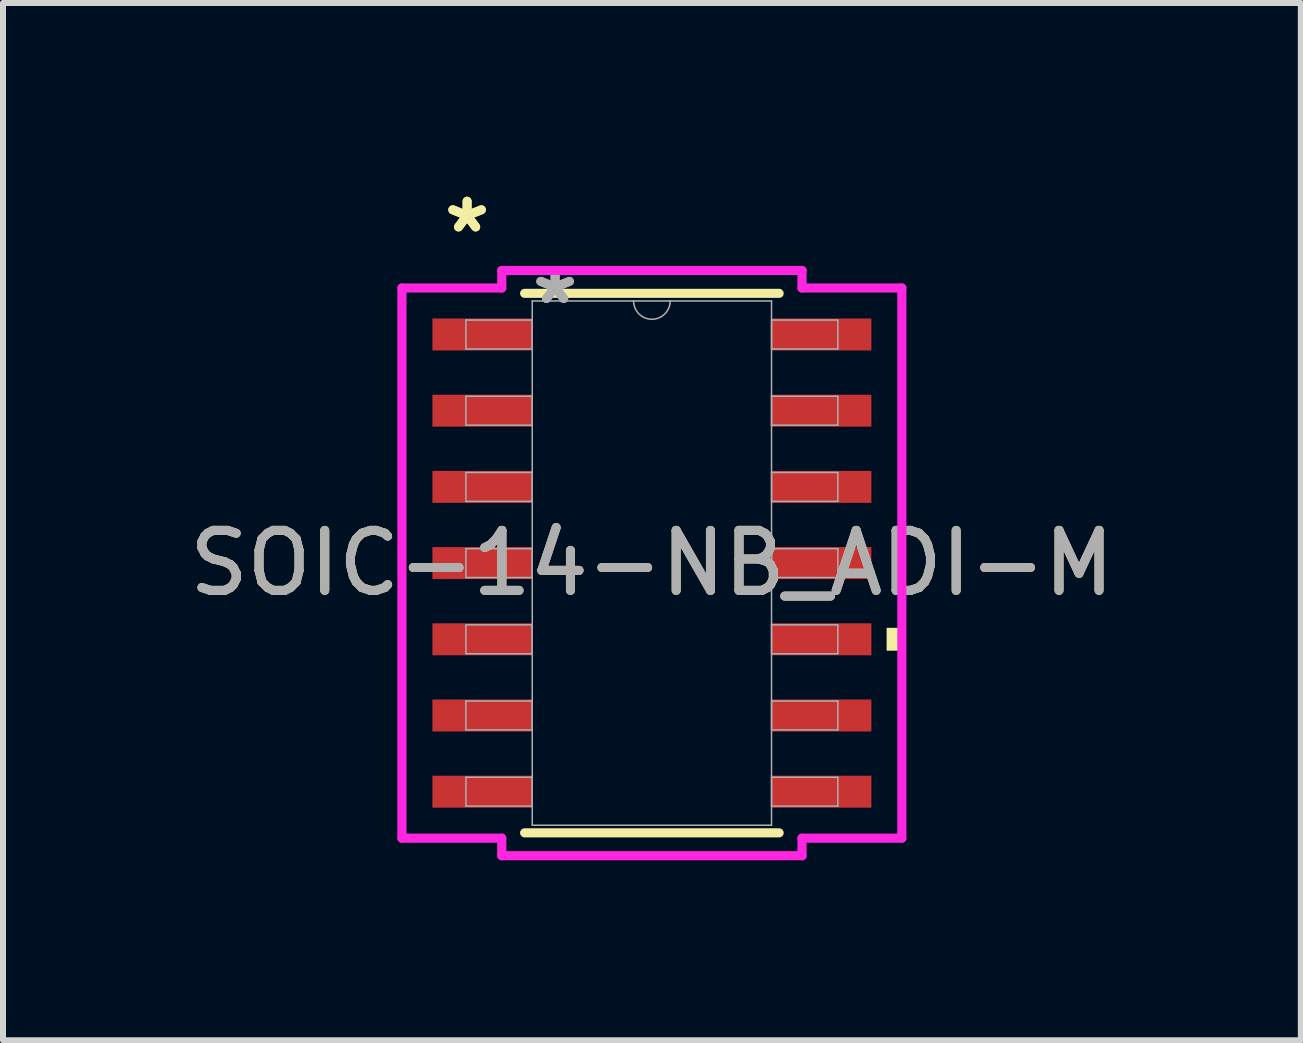
<source format=kicad_pcb>
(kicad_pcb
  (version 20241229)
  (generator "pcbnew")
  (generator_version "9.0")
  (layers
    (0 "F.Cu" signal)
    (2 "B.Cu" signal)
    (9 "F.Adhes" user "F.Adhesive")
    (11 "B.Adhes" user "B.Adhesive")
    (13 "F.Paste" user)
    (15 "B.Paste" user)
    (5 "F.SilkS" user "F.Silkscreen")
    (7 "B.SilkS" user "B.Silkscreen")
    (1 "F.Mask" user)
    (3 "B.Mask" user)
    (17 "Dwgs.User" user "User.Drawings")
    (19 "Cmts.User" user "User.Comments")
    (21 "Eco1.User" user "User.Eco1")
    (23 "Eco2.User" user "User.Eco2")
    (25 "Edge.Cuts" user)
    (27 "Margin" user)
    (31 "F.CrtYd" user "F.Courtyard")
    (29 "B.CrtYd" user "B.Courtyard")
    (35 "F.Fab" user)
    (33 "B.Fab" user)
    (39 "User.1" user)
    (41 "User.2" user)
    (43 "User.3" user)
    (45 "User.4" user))
  (footprint "SOIC-14-NB_ADI-M"
    (layer "F.Cu")
    (at 7.815 6.335)
    (property "Reference" "SOIC-14-NB_ADI-M" (at 0 0 0) (unlocked yes) (layer "F.SilkS") (effects (font (size 1 1) (thickness 0.15))))
    (attr smd)
    (fp_line (start -2.121 4.496) (end 2.121 4.496) (stroke (width 0.152) (type solid)) (layer "F.SilkS"))
    (fp_line (start 2.121 -4.496) (end -2.121 -4.496) (stroke (width 0.152) (type solid)) (layer "F.SilkS"))
    (fp_poly (pts (xy 4.166 1.079) (xy 4.166 1.46) (xy 3.912 1.46) (xy 3.912 1.079)) (stroke (width 0) (type solid)) (fill yes) (layer "F.SilkS"))
    (fp_line (start -4.166 -4.585) (end -2.502 -4.585) (stroke (width 0.152) (type solid)) (layer "F.CrtYd"))
    (fp_line (start -4.166 4.585) (end -4.166 -4.585) (stroke (width 0.152) (type solid)) (layer "F.CrtYd"))
    (fp_line (start -4.166 4.585) (end -2.502 4.585) (stroke (width 0.152) (type solid)) (layer "F.CrtYd"))
    (fp_line (start -2.502 -4.877) (end 2.502 -4.877) (stroke (width 0.152) (type solid)) (layer "F.CrtYd"))
    (fp_line (start -2.502 -4.585) (end -2.502 -4.877) (stroke (width 0.152) (type solid)) (layer "F.CrtYd"))
    (fp_line (start -2.502 4.877) (end -2.502 4.585) (stroke (width 0.152) (type solid)) (layer "F.CrtYd"))
    (fp_line (start 2.502 -4.877) (end 2.502 -4.585) (stroke (width 0.152) (type solid)) (layer "F.CrtYd"))
    (fp_line (start 2.502 4.585) (end 2.502 4.877) (stroke (width 0.152) (type solid)) (layer "F.CrtYd"))
    (fp_line (start 2.502 4.877) (end -2.502 4.877) (stroke (width 0.152) (type solid)) (layer "F.CrtYd"))
    (fp_line (start 4.166 -4.585) (end 2.502 -4.585) (stroke (width 0.152) (type solid)) (layer "F.CrtYd"))
    (fp_line (start 4.166 -4.585) (end 4.166 4.585) (stroke (width 0.152) (type solid)) (layer "F.CrtYd"))
    (fp_line (start 4.166 4.585) (end 2.502 4.585) (stroke (width 0.152) (type solid)) (layer "F.CrtYd"))
    (fp_line (start -3.099 -4.051) (end -3.099 -3.569) (stroke (width 0.025) (type solid)) (layer "F.Fab"))
    (fp_line (start -3.099 -3.569) (end -1.994 -3.569) (stroke (width 0.025) (type solid)) (layer "F.Fab"))
    (fp_line (start -3.099 -2.781) (end -3.099 -2.299) (stroke (width 0.025) (type solid)) (layer "F.Fab"))
    (fp_line (start -3.099 -2.299) (end -1.994 -2.299) (stroke (width 0.025) (type solid)) (layer "F.Fab"))
    (fp_line (start -3.099 -1.511) (end -3.099 -1.029) (stroke (width 0.025) (type solid)) (layer "F.Fab"))
    (fp_line (start -3.099 -1.029) (end -1.994 -1.029) (stroke (width 0.025) (type solid)) (layer "F.Fab"))
    (fp_line (start -3.099 -0.241) (end -3.099 0.241) (stroke (width 0.025) (type solid)) (layer "F.Fab"))
    (fp_line (start -3.099 0.241) (end -1.994 0.241) (stroke (width 0.025) (type solid)) (layer "F.Fab"))
    (fp_line (start -3.099 1.029) (end -3.099 1.511) (stroke (width 0.025) (type solid)) (layer "F.Fab"))
    (fp_line (start -3.099 1.511) (end -1.994 1.511) (stroke (width 0.025) (type solid)) (layer "F.Fab"))
    (fp_line (start -3.099 2.299) (end -3.099 2.781) (stroke (width 0.025) (type solid)) (layer "F.Fab"))
    (fp_line (start -3.099 2.781) (end -1.994 2.781) (stroke (width 0.025) (type solid)) (layer "F.Fab"))
    (fp_line (start -3.099 3.569) (end -3.099 4.051) (stroke (width 0.025) (type solid)) (layer "F.Fab"))
    (fp_line (start -3.099 4.051) (end -1.994 4.051) (stroke (width 0.025) (type solid)) (layer "F.Fab"))
    (fp_line (start -1.994 -4.369) (end -1.994 4.369) (stroke (width 0.025) (type solid)) (layer "F.Fab"))
    (fp_line (start -1.994 -4.051) (end -3.099 -4.051) (stroke (width 0.025) (type solid)) (layer "F.Fab"))
    (fp_line (start -1.994 -3.569) (end -1.994 -4.051) (stroke (width 0.025) (type solid)) (layer "F.Fab"))
    (fp_line (start -1.994 -2.781) (end -3.099 -2.781) (stroke (width 0.025) (type solid)) (layer "F.Fab"))
    (fp_line (start -1.994 -2.299) (end -1.994 -2.781) (stroke (width 0.025) (type solid)) (layer "F.Fab"))
    (fp_line (start -1.994 -1.511) (end -3.099 -1.511) (stroke (width 0.025) (type solid)) (layer "F.Fab"))
    (fp_line (start -1.994 -1.029) (end -1.994 -1.511) (stroke (width 0.025) (type solid)) (layer "F.Fab"))
    (fp_line (start -1.994 -0.241) (end -3.099 -0.241) (stroke (width 0.025) (type solid)) (layer "F.Fab"))
    (fp_line (start -1.994 0.241) (end -1.994 -0.241) (stroke (width 0.025) (type solid)) (layer "F.Fab"))
    (fp_line (start -1.994 1.029) (end -3.099 1.029) (stroke (width 0.025) (type solid)) (layer "F.Fab"))
    (fp_line (start -1.994 1.511) (end -1.994 1.029) (stroke (width 0.025) (type solid)) (layer "F.Fab"))
    (fp_line (start -1.994 2.299) (end -3.099 2.299) (stroke (width 0.025) (type solid)) (layer "F.Fab"))
    (fp_line (start -1.994 2.781) (end -1.994 2.299) (stroke (width 0.025) (type solid)) (layer "F.Fab"))
    (fp_line (start -1.994 3.569) (end -3.099 3.569) (stroke (width 0.025) (type solid)) (layer "F.Fab"))
    (fp_line (start -1.994 4.051) (end -1.994 3.569) (stroke (width 0.025) (type solid)) (layer "F.Fab"))
    (fp_line (start -1.994 4.369) (end 1.994 4.369) (stroke (width 0.025) (type solid)) (layer "F.Fab"))
    (fp_line (start 1.994 -4.369) (end -1.994 -4.369) (stroke (width 0.025) (type solid)) (layer "F.Fab"))
    (fp_line (start 1.994 -4.051) (end 1.994 -3.569) (stroke (width 0.025) (type solid)) (layer "F.Fab"))
    (fp_line (start 1.994 -3.569) (end 3.099 -3.569) (stroke (width 0.025) (type solid)) (layer "F.Fab"))
    (fp_line (start 1.994 -2.781) (end 1.994 -2.299) (stroke (width 0.025) (type solid)) (layer "F.Fab"))
    (fp_line (start 1.994 -2.299) (end 3.099 -2.299) (stroke (width 0.025) (type solid)) (layer "F.Fab"))
    (fp_line (start 1.994 -1.511) (end 1.994 -1.029) (stroke (width 0.025) (type solid)) (layer "F.Fab"))
    (fp_line (start 1.994 -1.029) (end 3.099 -1.029) (stroke (width 0.025) (type solid)) (layer "F.Fab"))
    (fp_line (start 1.994 -0.241) (end 1.994 0.241) (stroke (width 0.025) (type solid)) (layer "F.Fab"))
    (fp_line (start 1.994 0.241) (end 3.099 0.241) (stroke (width 0.025) (type solid)) (layer "F.Fab"))
    (fp_line (start 1.994 1.029) (end 1.994 1.511) (stroke (width 0.025) (type solid)) (layer "F.Fab"))
    (fp_line (start 1.994 1.511) (end 3.099 1.511) (stroke (width 0.025) (type solid)) (layer "F.Fab"))
    (fp_line (start 1.994 2.299) (end 1.994 2.781) (stroke (width 0.025) (type solid)) (layer "F.Fab"))
    (fp_line (start 1.994 2.781) (end 3.099 2.781) (stroke (width 0.025) (type solid)) (layer "F.Fab"))
    (fp_line (start 1.994 3.569) (end 1.994 4.051) (stroke (width 0.025) (type solid)) (layer "F.Fab"))
    (fp_line (start 1.994 4.051) (end 3.099 4.051) (stroke (width 0.025) (type solid)) (layer "F.Fab"))
    (fp_line (start 1.994 4.369) (end 1.994 -4.369) (stroke (width 0.025) (type solid)) (layer "F.Fab"))
    (fp_line (start 3.099 -4.051) (end 1.994 -4.051) (stroke (width 0.025) (type solid)) (layer "F.Fab"))
    (fp_line (start 3.099 -3.569) (end 3.099 -4.051) (stroke (width 0.025) (type solid)) (layer "F.Fab"))
    (fp_line (start 3.099 -2.781) (end 1.994 -2.781) (stroke (width 0.025) (type solid)) (layer "F.Fab"))
    (fp_line (start 3.099 -2.299) (end 3.099 -2.781) (stroke (width 0.025) (type solid)) (layer "F.Fab"))
    (fp_line (start 3.099 -1.511) (end 1.994 -1.511) (stroke (width 0.025) (type solid)) (layer "F.Fab"))
    (fp_line (start 3.099 -1.029) (end 3.099 -1.511) (stroke (width 0.025) (type solid)) (layer "F.Fab"))
    (fp_line (start 3.099 -0.241) (end 1.994 -0.241) (stroke (width 0.025) (type solid)) (layer "F.Fab"))
    (fp_line (start 3.099 0.241) (end 3.099 -0.241) (stroke (width 0.025) (type solid)) (layer "F.Fab"))
    (fp_line (start 3.099 1.029) (end 1.994 1.029) (stroke (width 0.025) (type solid)) (layer "F.Fab"))
    (fp_line (start 3.099 1.511) (end 3.099 1.029) (stroke (width 0.025) (type solid)) (layer "F.Fab"))
    (fp_line (start 3.099 2.299) (end 1.994 2.299) (stroke (width 0.025) (type solid)) (layer "F.Fab"))
    (fp_line (start 3.099 2.781) (end 3.099 2.299) (stroke (width 0.025) (type solid)) (layer "F.Fab"))
    (fp_line (start 3.099 3.569) (end 1.994 3.569) (stroke (width 0.025) (type solid)) (layer "F.Fab"))
    (fp_line (start 3.099 4.051) (end 3.099 3.569) (stroke (width 0.025) (type solid)) (layer "F.Fab"))
    (fp_arc (start 0.3048 -4.3688) (mid 0 -4.064) (end -0.3048 -4.3688) (stroke (width 0.0254) (type solid)) (layer "F.Fab"))
    (fp_text user "*" (at -3.08 -5.486 0) (layer "F.SilkS") (effects (font (size 1 1) (thickness 0.15))))
    (fp_text user "*" (at -3.08 -5.486 0) (unlocked yes) (layer "F.SilkS") (effects (font (size 1 1) (thickness 0.15))))
    (fp_text user "*" (at -1.613 -4.293 0) (layer "F.Fab") (effects (font (size 1 1) (thickness 0.15))))
    (fp_text user "${REFERENCE}" (at 0 0 0) (unlocked yes) (layer "F.Fab") (effects (font (size 1 1) (thickness 0.15))))
    (fp_text user "*" (at -1.613 -4.293 0) (unlocked yes) (layer "F.Fab") (effects (font (size 1 1) (thickness 0.15))))
    (pad "1" smd rect (at -2.826 -3.81) (size 1.664 0.533) (layers "F.Cu" "F.Mask" "F.Paste"))
    (pad "2" smd rect (at -2.826 -2.54) (size 1.664 0.533) (layers "F.Cu" "F.Mask" "F.Paste"))
    (pad "3" smd rect (at -2.826 -1.27) (size 1.664 0.533) (layers "F.Cu" "F.Mask" "F.Paste"))
    (pad "4" smd rect (at -2.826 0) (size 1.664 0.533) (layers "F.Cu" "F.Mask" "F.Paste"))
    (pad "5" smd rect (at -2.826 1.27) (size 1.664 0.533) (layers "F.Cu" "F.Mask" "F.Paste"))
    (pad "6" smd rect (at -2.826 2.54) (size 1.664 0.533) (layers "F.Cu" "F.Mask" "F.Paste"))
    (pad "7" smd rect (at -2.826 3.81) (size 1.664 0.533) (layers "F.Cu" "F.Mask" "F.Paste"))
    (pad "8" smd rect (at 2.826 3.81) (size 1.664 0.533) (layers "F.Cu" "F.Mask" "F.Paste"))
    (pad "9" smd rect (at 2.826 2.54) (size 1.664 0.533) (layers "F.Cu" "F.Mask" "F.Paste"))
    (pad "10" smd rect (at 2.826 1.27) (size 1.664 0.533) (layers "F.Cu" "F.Mask" "F.Paste"))
    (pad "11" smd rect (at 2.826 0) (size 1.664 0.533) (layers "F.Cu" "F.Mask" "F.Paste"))
    (pad "12" smd rect (at 2.826 -1.27) (size 1.664 0.533) (layers "F.Cu" "F.Mask" "F.Paste"))
    (pad "13" smd rect (at 2.826 -2.54) (size 1.664 0.533) (layers "F.Cu" "F.Mask" "F.Paste"))
    (pad "14" smd rect (at 2.826 -3.81) (size 1.664 0.533) (layers "F.Cu" "F.Mask" "F.Paste")))
  (gr_rect
    (start -3 -3)
    (end 18.631 14.288)
    (stroke (width 0.1) (type default))
    (fill no)
    (layer "Edge.Cuts")))
</source>
